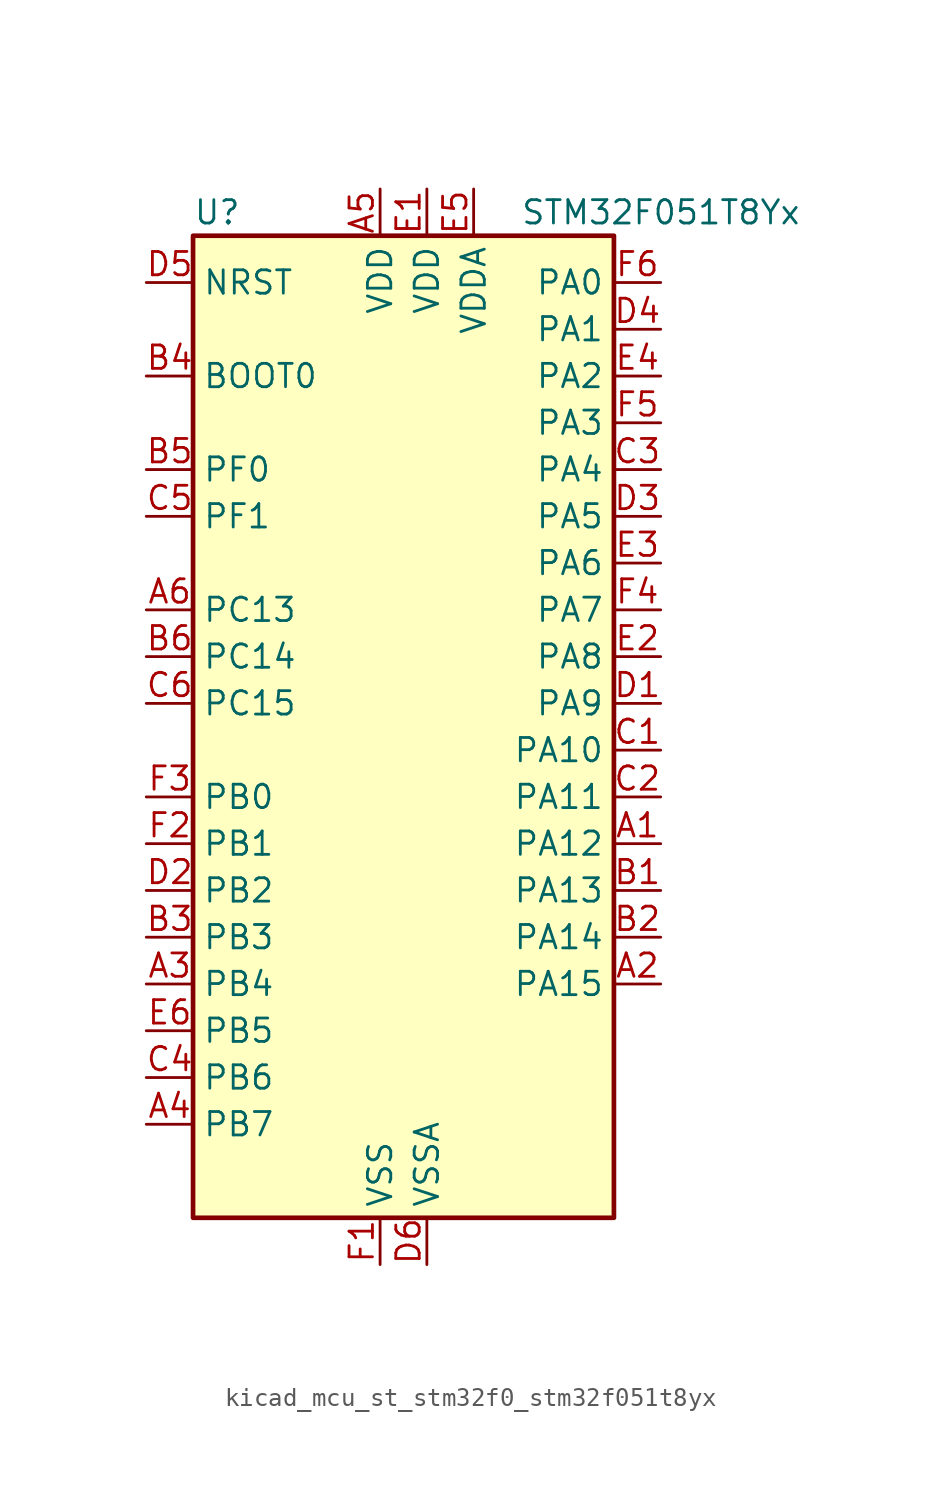
<source format=kicad_sym>
(kicad_symbol_lib
  (version 20220914)
  (generator kicad_symbol_editor)
  (symbol "kicad_mcu_st_stm32f0_stm32f051t8yx"
    (property "Reference" "U"
      (at -10.16 29.21 0)
      (effects (font (size 1.27 1.27)) (justify left)))
    (property "Value" "STM32F051T8Yx"
      (at 7.62 29.21 0)
      (effects (font (size 1.27 1.27)) (justify left)))
    (property "ki_locked" ""
      (at 0 0 0)
      (effects (font (size 1.27 1.27))))
    (symbol "kicad_mcu_st_stm32f0_stm32f051t8yx_0_1"
      (rectangle (start -10.16 -25.4) (end 12.7 27.94) (stroke (width 0.254) (type default)) (fill (type background))))
    (symbol "kicad_mcu_st_stm32f0_stm32f051t8yx_1_1"
      (pin bidirectional line (at 15.24 -5.08 180) (length 2.54) (name "PA12" (effects (font (size 1.27 1.27)))) (number "A1" (effects (font (size 1.27 1.27)))) (alternate "COMP2_OUT" bidirectional line) (alternate "TIM1_ETR" bidirectional line) (alternate "TSC_G4_IO4" bidirectional line) (alternate "USART1_DE" bidirectional line) (alternate "USART1_RTS" bidirectional line))
      (pin bidirectional line (at 15.24 -12.7 180) (length 2.54) (name "PA15" (effects (font (size 1.27 1.27)))) (number "A2" (effects (font (size 1.27 1.27)))) (alternate "I2S1_WS" bidirectional line) (alternate "SPI1_NSS" bidirectional line) (alternate "TIM2_CH1" bidirectional line) (alternate "TIM2_ETR" bidirectional line) (alternate "USART2_RX" bidirectional line))
      (pin bidirectional line (at -12.7 -12.7 0) (length 2.54) (name "PB4" (effects (font (size 1.27 1.27)))) (number "A3" (effects (font (size 1.27 1.27)))) (alternate "I2S1_MCK" bidirectional line) (alternate "SPI1_MISO" bidirectional line) (alternate "TIM3_CH1" bidirectional line) (alternate "TSC_G5_IO2" bidirectional line))
      (pin bidirectional line (at -12.7 -20.32 0) (length 2.54) (name "PB7" (effects (font (size 1.27 1.27)))) (number "A4" (effects (font (size 1.27 1.27)))) (alternate "I2C1_SDA" bidirectional line) (alternate "TIM17_CH1N" bidirectional line) (alternate "TSC_G5_IO4" bidirectional line) (alternate "USART1_RX" bidirectional line))
      (pin power_in line (at 0 30.48 270) (length 2.54) (name "VDD" (effects (font (size 1.27 1.27)))) (number "A5" (effects (font (size 1.27 1.27)))))
      (pin bidirectional line (at -12.7 7.62 0) (length 2.54) (name "PC13" (effects (font (size 1.27 1.27)))) (number "A6" (effects (font (size 1.27 1.27)))) (alternate "RTC_OUT_ALARM" bidirectional line) (alternate "RTC_OUT_CALIB" bidirectional line) (alternate "RTC_TAMP1" bidirectional line) (alternate "RTC_TS" bidirectional line) (alternate "SYS_WKUP2" bidirectional line))
      (pin bidirectional line (at 15.24 -7.62 180) (length 2.54) (name "PA13" (effects (font (size 1.27 1.27)))) (number "B1" (effects (font (size 1.27 1.27)))) (alternate "IR_OUT" bidirectional line) (alternate "SYS_SWDIO" bidirectional line))
      (pin bidirectional line (at 15.24 -10.16 180) (length 2.54) (name "PA14" (effects (font (size 1.27 1.27)))) (number "B2" (effects (font (size 1.27 1.27)))) (alternate "SYS_SWCLK" bidirectional line) (alternate "USART2_TX" bidirectional line))
      (pin bidirectional line (at -12.7 -10.16 0) (length 2.54) (name "PB3" (effects (font (size 1.27 1.27)))) (number "B3" (effects (font (size 1.27 1.27)))) (alternate "I2S1_CK" bidirectional line) (alternate "SPI1_SCK" bidirectional line) (alternate "TIM2_CH2" bidirectional line) (alternate "TSC_G5_IO1" bidirectional line))
      (pin input line (at -12.7 20.32 0) (length 2.54) (name "BOOT0" (effects (font (size 1.27 1.27)))) (number "B4" (effects (font (size 1.27 1.27)))))
      (pin bidirectional line (at -12.7 15.24 0) (length 2.54) (name "PF0" (effects (font (size 1.27 1.27)))) (number "B5" (effects (font (size 1.27 1.27)))) (alternate "RCC_OSC_IN" bidirectional line))
      (pin bidirectional line (at -12.7 5.08 0) (length 2.54) (name "PC14" (effects (font (size 1.27 1.27)))) (number "B6" (effects (font (size 1.27 1.27)))) (alternate "RCC_OSC32_IN" bidirectional line))
      (pin bidirectional line (at 15.24 0 180) (length 2.54) (name "PA10" (effects (font (size 1.27 1.27)))) (number "C1" (effects (font (size 1.27 1.27)))) (alternate "TIM17_BKIN" bidirectional line) (alternate "TIM1_CH3" bidirectional line) (alternate "TSC_G4_IO2" bidirectional line) (alternate "USART1_RX" bidirectional line))
      (pin bidirectional line (at 15.24 -2.54 180) (length 2.54) (name "PA11" (effects (font (size 1.27 1.27)))) (number "C2" (effects (font (size 1.27 1.27)))) (alternate "COMP1_OUT" bidirectional line) (alternate "TIM1_CH4" bidirectional line) (alternate "TSC_G4_IO3" bidirectional line) (alternate "USART1_CTS" bidirectional line))
      (pin bidirectional line (at 15.24 15.24 180) (length 2.54) (name "PA4" (effects (font (size 1.27 1.27)))) (number "C3" (effects (font (size 1.27 1.27)))) (alternate "ADC_IN4" bidirectional line) (alternate "COMP1_INM" bidirectional line) (alternate "COMP2_INM" bidirectional line) (alternate "DAC1_OUT1" bidirectional line) (alternate "I2S1_WS" bidirectional line) (alternate "SPI1_NSS" bidirectional line) (alternate "TIM14_CH1" bidirectional line) (alternate "TSC_G2_IO1" bidirectional line) (alternate "USART2_CK" bidirectional line))
      (pin bidirectional line (at -12.7 -17.78 0) (length 2.54) (name "PB6" (effects (font (size 1.27 1.27)))) (number "C4" (effects (font (size 1.27 1.27)))) (alternate "I2C1_SCL" bidirectional line) (alternate "TIM16_CH1N" bidirectional line) (alternate "TSC_G5_IO3" bidirectional line) (alternate "USART1_TX" bidirectional line))
      (pin bidirectional line (at -12.7 12.7 0) (length 2.54) (name "PF1" (effects (font (size 1.27 1.27)))) (number "C5" (effects (font (size 1.27 1.27)))) (alternate "RCC_OSC_OUT" bidirectional line))
      (pin bidirectional line (at -12.7 2.54 0) (length 2.54) (name "PC15" (effects (font (size 1.27 1.27)))) (number "C6" (effects (font (size 1.27 1.27)))) (alternate "RCC_OSC32_OUT" bidirectional line))
      (pin bidirectional line (at 15.24 2.54 180) (length 2.54) (name "PA9" (effects (font (size 1.27 1.27)))) (number "D1" (effects (font (size 1.27 1.27)))) (alternate "DAC1_EXTI9" bidirectional line) (alternate "TIM15_BKIN" bidirectional line) (alternate "TIM1_CH2" bidirectional line) (alternate "TSC_G4_IO1" bidirectional line) (alternate "USART1_TX" bidirectional line))
      (pin bidirectional line (at -12.7 -7.62 0) (length 2.54) (name "PB2" (effects (font (size 1.27 1.27)))) (number "D2" (effects (font (size 1.27 1.27)))) (alternate "TSC_G3_IO4" bidirectional line))
      (pin bidirectional line (at 15.24 12.7 180) (length 2.54) (name "PA5" (effects (font (size 1.27 1.27)))) (number "D3" (effects (font (size 1.27 1.27)))) (alternate "ADC_IN5" bidirectional line) (alternate "CEC" bidirectional line) (alternate "COMP1_INM" bidirectional line) (alternate "COMP2_INM" bidirectional line) (alternate "I2S1_CK" bidirectional line) (alternate "SPI1_SCK" bidirectional line) (alternate "TIM2_CH1" bidirectional line) (alternate "TIM2_ETR" bidirectional line) (alternate "TSC_G2_IO2" bidirectional line))
      (pin bidirectional line (at 15.24 22.86 180) (length 2.54) (name "PA1" (effects (font (size 1.27 1.27)))) (number "D4" (effects (font (size 1.27 1.27)))) (alternate "ADC_IN1" bidirectional line) (alternate "COMP1_INP" bidirectional line) (alternate "TIM2_CH2" bidirectional line) (alternate "TSC_G1_IO2" bidirectional line) (alternate "USART2_DE" bidirectional line) (alternate "USART2_RTS" bidirectional line))
      (pin input line (at -12.7 25.4 0) (length 2.54) (name "NRST" (effects (font (size 1.27 1.27)))) (number "D5" (effects (font (size 1.27 1.27)))))
      (pin power_in line (at 2.54 -27.94 90) (length 2.54) (name "VSSA" (effects (font (size 1.27 1.27)))) (number "D6" (effects (font (size 1.27 1.27)))))
      (pin power_in line (at 2.54 30.48 270) (length 2.54) (name "VDD" (effects (font (size 1.27 1.27)))) (number "E1" (effects (font (size 1.27 1.27)))))
      (pin bidirectional line (at 15.24 5.08 180) (length 2.54) (name "PA8" (effects (font (size 1.27 1.27)))) (number "E2" (effects (font (size 1.27 1.27)))) (alternate "RCC_MCO" bidirectional line) (alternate "TIM1_CH1" bidirectional line) (alternate "USART1_CK" bidirectional line))
      (pin bidirectional line (at 15.24 10.16 180) (length 2.54) (name "PA6" (effects (font (size 1.27 1.27)))) (number "E3" (effects (font (size 1.27 1.27)))) (alternate "ADC_IN6" bidirectional line) (alternate "COMP1_OUT" bidirectional line) (alternate "I2S1_MCK" bidirectional line) (alternate "SPI1_MISO" bidirectional line) (alternate "TIM16_CH1" bidirectional line) (alternate "TIM1_BKIN" bidirectional line) (alternate "TIM3_CH1" bidirectional line) (alternate "TSC_G2_IO3" bidirectional line))
      (pin bidirectional line (at 15.24 20.32 180) (length 2.54) (name "PA2" (effects (font (size 1.27 1.27)))) (number "E4" (effects (font (size 1.27 1.27)))) (alternate "ADC_IN2" bidirectional line) (alternate "COMP2_INM" bidirectional line) (alternate "COMP2_OUT" bidirectional line) (alternate "TIM15_CH1" bidirectional line) (alternate "TIM2_CH3" bidirectional line) (alternate "TSC_G1_IO3" bidirectional line) (alternate "USART2_TX" bidirectional line))
      (pin power_in line (at 5.08 30.48 270) (length 2.54) (name "VDDA" (effects (font (size 1.27 1.27)))) (number "E5" (effects (font (size 1.27 1.27)))))
      (pin bidirectional line (at -12.7 -15.24 0) (length 2.54) (name "PB5" (effects (font (size 1.27 1.27)))) (number "E6" (effects (font (size 1.27 1.27)))) (alternate "I2C1_SMBA" bidirectional line) (alternate "I2S1_SD" bidirectional line) (alternate "SPI1_MOSI" bidirectional line) (alternate "TIM16_BKIN" bidirectional line) (alternate "TIM3_CH2" bidirectional line))
      (pin power_in line (at 0 -27.94 90) (length 2.54) (name "VSS" (effects (font (size 1.27 1.27)))) (number "F1" (effects (font (size 1.27 1.27)))))
      (pin bidirectional line (at -12.7 -5.08 0) (length 2.54) (name "PB1" (effects (font (size 1.27 1.27)))) (number "F2" (effects (font (size 1.27 1.27)))) (alternate "ADC_IN9" bidirectional line) (alternate "TIM14_CH1" bidirectional line) (alternate "TIM1_CH3N" bidirectional line) (alternate "TIM3_CH4" bidirectional line) (alternate "TSC_G3_IO3" bidirectional line))
      (pin bidirectional line (at -12.7 -2.54 0) (length 2.54) (name "PB0" (effects (font (size 1.27 1.27)))) (number "F3" (effects (font (size 1.27 1.27)))) (alternate "ADC_IN8" bidirectional line) (alternate "TIM1_CH2N" bidirectional line) (alternate "TIM3_CH3" bidirectional line) (alternate "TSC_G3_IO2" bidirectional line))
      (pin bidirectional line (at 15.24 7.62 180) (length 2.54) (name "PA7" (effects (font (size 1.27 1.27)))) (number "F4" (effects (font (size 1.27 1.27)))) (alternate "ADC_IN7" bidirectional line) (alternate "COMP2_OUT" bidirectional line) (alternate "I2S1_SD" bidirectional line) (alternate "SPI1_MOSI" bidirectional line) (alternate "TIM14_CH1" bidirectional line) (alternate "TIM17_CH1" bidirectional line) (alternate "TIM1_CH1N" bidirectional line) (alternate "TIM3_CH2" bidirectional line) (alternate "TSC_G2_IO4" bidirectional line))
      (pin bidirectional line (at 15.24 17.78 180) (length 2.54) (name "PA3" (effects (font (size 1.27 1.27)))) (number "F5" (effects (font (size 1.27 1.27)))) (alternate "ADC_IN3" bidirectional line) (alternate "COMP2_INP" bidirectional line) (alternate "TIM15_CH2" bidirectional line) (alternate "TIM2_CH4" bidirectional line) (alternate "TSC_G1_IO4" bidirectional line) (alternate "USART2_RX" bidirectional line))
      (pin bidirectional line (at 15.24 25.4 180) (length 2.54) (name "PA0" (effects (font (size 1.27 1.27)))) (number "F6" (effects (font (size 1.27 1.27)))) (alternate "ADC_IN0" bidirectional line) (alternate "COMP1_INM" bidirectional line) (alternate "COMP1_OUT" bidirectional line) (alternate "RTC_TAMP2" bidirectional line) (alternate "SYS_WKUP1" bidirectional line) (alternate "TIM2_CH1" bidirectional line) (alternate "TIM2_ETR" bidirectional line) (alternate "TSC_G1_IO1" bidirectional line) (alternate "USART2_CTS" bidirectional line)))))
</source>
